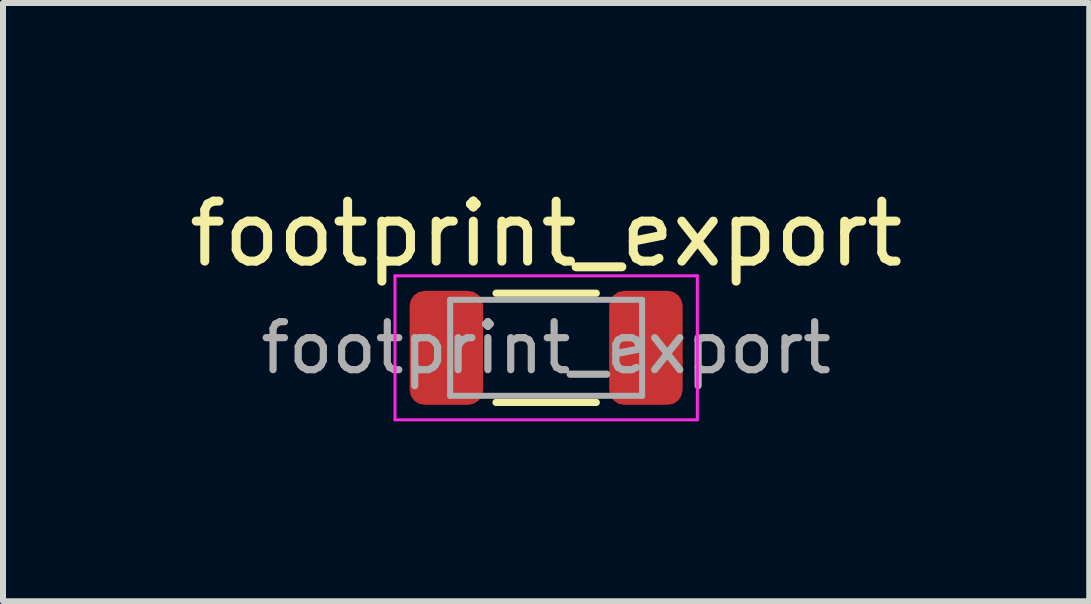
<source format=kicad_pcb>
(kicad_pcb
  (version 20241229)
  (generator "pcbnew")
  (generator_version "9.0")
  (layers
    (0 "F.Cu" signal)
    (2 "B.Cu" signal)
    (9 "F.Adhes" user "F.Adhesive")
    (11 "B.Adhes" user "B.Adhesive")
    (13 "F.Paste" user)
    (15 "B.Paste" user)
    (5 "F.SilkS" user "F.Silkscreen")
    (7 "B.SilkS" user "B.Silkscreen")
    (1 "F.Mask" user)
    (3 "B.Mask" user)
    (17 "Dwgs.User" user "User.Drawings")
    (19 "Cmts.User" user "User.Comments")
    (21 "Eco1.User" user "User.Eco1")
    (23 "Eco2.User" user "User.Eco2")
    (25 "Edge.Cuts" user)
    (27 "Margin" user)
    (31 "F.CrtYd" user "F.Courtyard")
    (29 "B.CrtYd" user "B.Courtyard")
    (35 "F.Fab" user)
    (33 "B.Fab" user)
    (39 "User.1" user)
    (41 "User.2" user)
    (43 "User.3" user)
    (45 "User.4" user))
  (footprint "footprint_export"
    (layer "F.Cu")
    (at 6.054 2.748)
    (property "Reference" "footprint_export" (at 0 -1.9 0) (layer "F.SilkS") (effects (font (size 1 1) (thickness 0.15))))
    (attr smd)
    (fp_line (start -0.835 -0.91) (end 0.835 -0.91) (stroke (width 0.12) (type solid)) (layer "F.SilkS"))
    (fp_line (start -0.835 0.91) (end 0.835 0.91) (stroke (width 0.12) (type solid)) (layer "F.SilkS"))
    (fp_line (start -2.52 -1.2) (end 2.52 -1.2) (stroke (width 0.05) (type solid)) (layer "F.CrtYd"))
    (fp_line (start -2.52 1.2) (end -2.52 -1.2) (stroke (width 0.05) (type solid)) (layer "F.CrtYd"))
    (fp_line (start 2.52 -1.2) (end 2.52 1.2) (stroke (width 0.05) (type solid)) (layer "F.CrtYd"))
    (fp_line (start 2.52 1.2) (end -2.52 1.2) (stroke (width 0.05) (type solid)) (layer "F.CrtYd"))
    (fp_line (start -1.6 -0.8) (end 1.6 -0.8) (stroke (width 0.1) (type solid)) (layer "F.Fab"))
    (fp_line (start -1.6 0.8) (end -1.6 -0.8) (stroke (width 0.1) (type solid)) (layer "F.Fab"))
    (fp_line (start 1.6 -0.8) (end 1.6 0.8) (stroke (width 0.1) (type solid)) (layer "F.Fab"))
    (fp_line (start 1.6 0.8) (end -1.6 0.8) (stroke (width 0.1) (type solid)) (layer "F.Fab"))
    (fp_text user "${REFERENCE}" (at 0 0 0) (layer "F.Fab") (effects (font (size 0.8 0.8) (thickness 0.12))))
    (pad "1" smd roundrect (at -1.663 0) (size 1.225 1.9) (layers "F.Cu" "F.Mask" "F.Paste") (roundrect_rratio 0.204))
    (pad "2" smd roundrect (at 1.663 0) (size 1.225 1.9) (layers "F.Cu" "F.Mask" "F.Paste") (roundrect_rratio 0.204)))
  (gr_rect
    (start -3 -3)
    (end 15.107 6.973)
    (stroke (width 0.1) (type default))
    (fill no)
    (layer "Edge.Cuts")))
</source>
